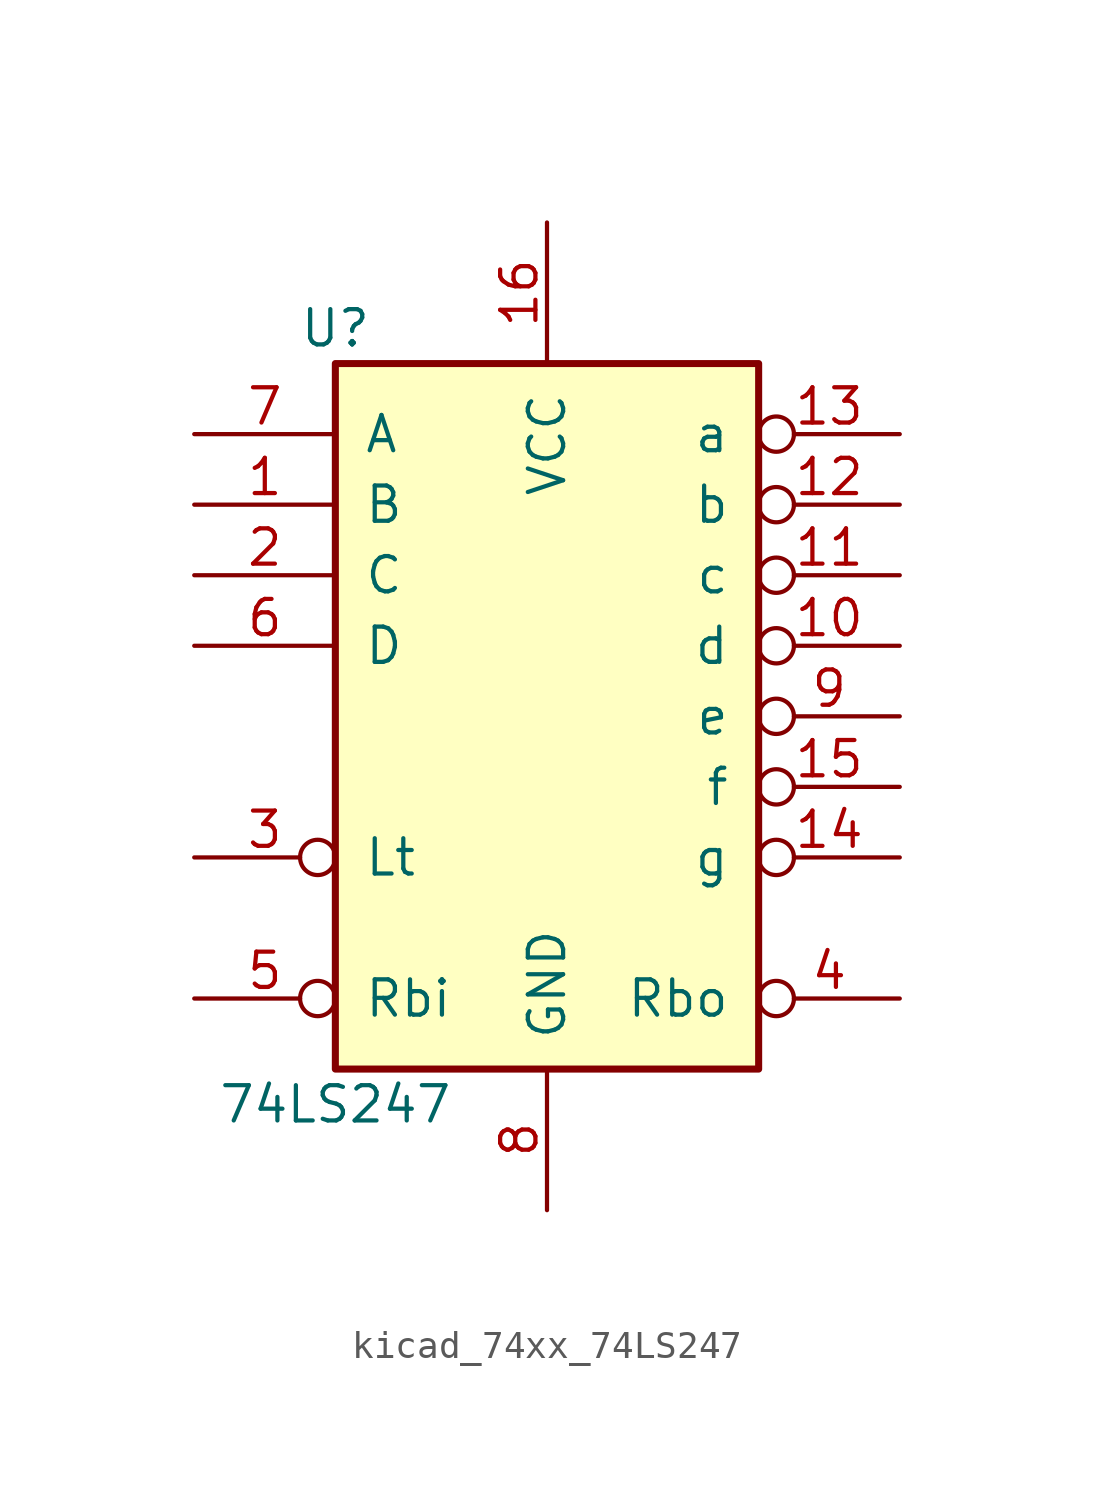
<source format=kicad_sym>
(kicad_symbol_lib
  (version 20220914)
  (generator kicad_symbol_editor)
  (symbol "kicad_74xx_74LS247"
    (pin_names
      (offset 1.016))
    (property "Reference" "U"
      (at -7.62 13.97 0)
      (effects (font (size 1.27 1.27))))
    (property "Value" "74LS247"
      (at -7.62 -13.97 0)
      (effects (font (size 1.27 1.27))))
    (property "ki_locked" ""
      (at 0 0 0)
      (effects (font (size 1.27 1.27))))
    (symbol "kicad_74xx_74LS247_1_0"
      (pin input line (at -12.7 7.62 0) (length 5.08) (name "B" (effects (font (size 1.27 1.27)))) (number "1" (effects (font (size 1.27 1.27)))))
      (pin open_collector inverted (at 12.7 2.54 180) (length 5.08) (name "d" (effects (font (size 1.27 1.27)))) (number "10" (effects (font (size 1.27 1.27)))))
      (pin open_collector inverted (at 12.7 5.08 180) (length 5.08) (name "c" (effects (font (size 1.27 1.27)))) (number "11" (effects (font (size 1.27 1.27)))))
      (pin open_collector inverted (at 12.7 7.62 180) (length 5.08) (name "b" (effects (font (size 1.27 1.27)))) (number "12" (effects (font (size 1.27 1.27)))))
      (pin open_collector inverted (at 12.7 10.16 180) (length 5.08) (name "a" (effects (font (size 1.27 1.27)))) (number "13" (effects (font (size 1.27 1.27)))))
      (pin open_collector inverted (at 12.7 -5.08 180) (length 5.08) (name "g" (effects (font (size 1.27 1.27)))) (number "14" (effects (font (size 1.27 1.27)))))
      (pin open_collector inverted (at 12.7 -2.54 180) (length 5.08) (name "f" (effects (font (size 1.27 1.27)))) (number "15" (effects (font (size 1.27 1.27)))))
      (pin power_in line (at 0 17.78 270) (length 5.08) (name "VCC" (effects (font (size 1.27 1.27)))) (number "16" (effects (font (size 1.27 1.27)))))
      (pin input line (at -12.7 5.08 0) (length 5.08) (name "C" (effects (font (size 1.27 1.27)))) (number "2" (effects (font (size 1.27 1.27)))))
      (pin input inverted (at -12.7 -5.08 0) (length 5.08) (name "Lt" (effects (font (size 1.27 1.27)))) (number "3" (effects (font (size 1.27 1.27)))))
      (pin output inverted (at 12.7 -10.16 180) (length 5.08) (name "Rbo" (effects (font (size 1.27 1.27)))) (number "4" (effects (font (size 1.27 1.27)))))
      (pin input inverted (at -12.7 -10.16 0) (length 5.08) (name "Rbi" (effects (font (size 1.27 1.27)))) (number "5" (effects (font (size 1.27 1.27)))))
      (pin input line (at -12.7 2.54 0) (length 5.08) (name "D" (effects (font (size 1.27 1.27)))) (number "6" (effects (font (size 1.27 1.27)))))
      (pin input line (at -12.7 10.16 0) (length 5.08) (name "A" (effects (font (size 1.27 1.27)))) (number "7" (effects (font (size 1.27 1.27)))))
      (pin power_in line (at 0 -17.78 90) (length 5.08) (name "GND" (effects (font (size 1.27 1.27)))) (number "8" (effects (font (size 1.27 1.27)))))
      (pin open_collector inverted (at 12.7 0 180) (length 5.08) (name "e" (effects (font (size 1.27 1.27)))) (number "9" (effects (font (size 1.27 1.27))))))
    (symbol "kicad_74xx_74LS247_1_1"
      (rectangle (start -7.62 12.7) (end 7.62 -12.7) (stroke (width 0.254) (type default)) (fill (type background))))))
</source>
